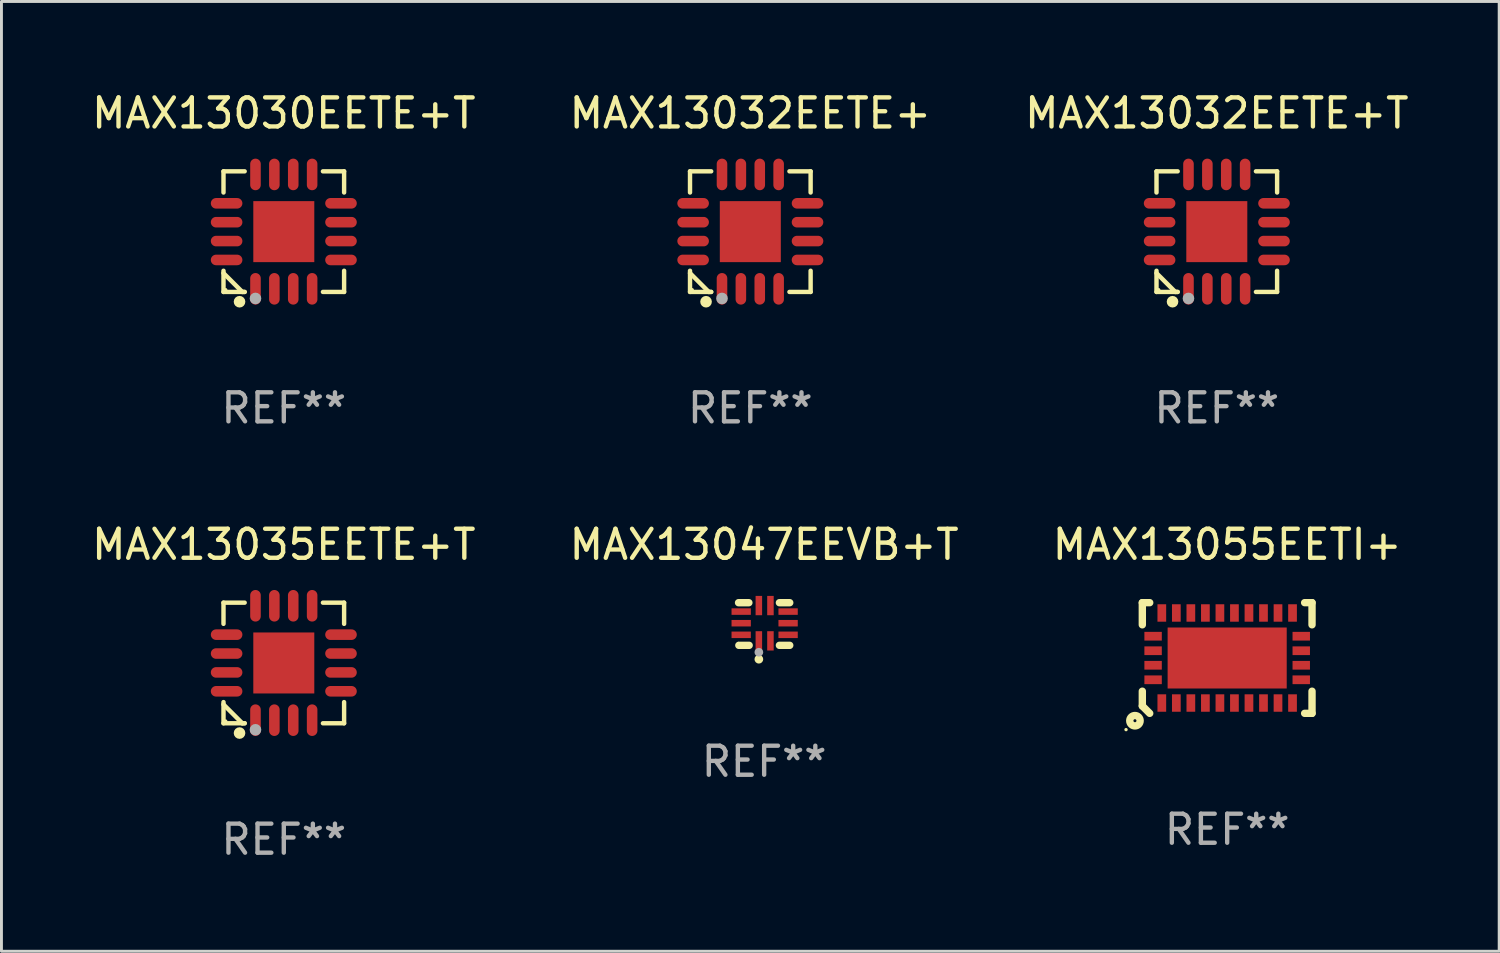
<source format=kicad_pcb>
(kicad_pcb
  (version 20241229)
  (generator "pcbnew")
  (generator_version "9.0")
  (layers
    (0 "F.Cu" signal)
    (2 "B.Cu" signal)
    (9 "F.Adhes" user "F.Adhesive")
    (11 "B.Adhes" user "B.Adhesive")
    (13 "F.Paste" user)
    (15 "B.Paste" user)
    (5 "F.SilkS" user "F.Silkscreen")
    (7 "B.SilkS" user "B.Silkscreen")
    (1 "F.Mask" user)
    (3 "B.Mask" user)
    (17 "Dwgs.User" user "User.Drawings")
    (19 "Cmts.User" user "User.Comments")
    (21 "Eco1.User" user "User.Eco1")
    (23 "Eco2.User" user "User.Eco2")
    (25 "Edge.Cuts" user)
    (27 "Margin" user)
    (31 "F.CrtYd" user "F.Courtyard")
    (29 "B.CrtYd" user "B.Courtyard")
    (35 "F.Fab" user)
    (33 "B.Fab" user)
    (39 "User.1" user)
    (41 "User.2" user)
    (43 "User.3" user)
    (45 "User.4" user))
  (footprint "MAX13032EETE+"
    (layer "F.Cu")
    (at 22.78 4.924)
    (property "Reference" "MAX13032EETE+" (at 0 -4.076 0) (layer "F.SilkS") (effects (font (size 1 1) (thickness 0.15))))
    (attr through_hole)
    (fp_line (start -2.076 -2.076) (end -1.347 -2.076) (stroke (width 0.152) (type solid)) (layer "F.SilkS"))
    (fp_line (start -2.076 -1.347) (end -2.076 -2.076) (stroke (width 0.152) (type solid)) (layer "F.SilkS"))
    (fp_line (start -2.076 1.347) (end -2.076 2.076) (stroke (width 0.152) (type solid)) (layer "F.SilkS"))
    (fp_line (start -2.076 2.076) (end -1.347 2.076) (stroke (width 0.152) (type solid)) (layer "F.SilkS"))
    (fp_line (start -1.429 2.076) (end -2.076 1.429) (stroke (width 0.152) (type solid)) (layer "F.SilkS"))
    (fp_line (start -1.347 2.076) (end -1.429 2.076) (stroke (width 0.152) (type solid)) (layer "F.SilkS"))
    (fp_line (start 2.076 -2.076) (end 1.347 -2.076) (stroke (width 0.152) (type solid)) (layer "F.SilkS"))
    (fp_line (start 2.076 -1.347) (end 2.076 -2.076) (stroke (width 0.152) (type solid)) (layer "F.SilkS"))
    (fp_line (start 2.076 1.347) (end 2.076 2.076) (stroke (width 0.152) (type solid)) (layer "F.SilkS"))
    (fp_line (start 2.076 2.076) (end 1.347 2.076) (stroke (width 0.152) (type solid)) (layer "F.SilkS"))
    (fp_circle (center -2 2) (end -1.97 2) (stroke (width 0.06) (type solid)) (fill no) (layer "F.SilkS"))
    (fp_circle (center -1.524 2.413) (end -1.424 2.413) (stroke (width 0.2) (type solid)) (fill no) (layer "F.SilkS"))
    (fp_circle (center -0.975 2.3) (end -0.875 2.3) (stroke (width 0.2) (type solid)) (fill no) (layer "F.Fab"))
    (fp_text user "REF**" (at 0 6.076 0) (layer "F.Fab") (effects (font (size 1 1) (thickness 0.15))))
    (pad "1" smd oval (at -0.975 1.969) (size 0.364 1.087) (layers "F.Cu" "F.Mask" "F.Paste"))
    (pad "2" smd oval (at -0.325 1.969) (size 0.364 1.087) (layers "F.Cu" "F.Mask" "F.Paste"))
    (pad "3" smd oval (at 0.325 1.969) (size 0.364 1.087) (layers "F.Cu" "F.Mask" "F.Paste"))
    (pad "4" smd oval (at 0.975 1.969) (size 0.364 1.087) (layers "F.Cu" "F.Mask" "F.Paste"))
    (pad "5" smd oval (at 1.969 0.975) (size 1.087 0.364) (layers "F.Cu" "F.Mask" "F.Paste"))
    (pad "6" smd oval (at 1.969 0.325) (size 1.087 0.364) (layers "F.Cu" "F.Mask" "F.Paste"))
    (pad "7" smd oval (at 1.969 -0.325) (size 1.087 0.364) (layers "F.Cu" "F.Mask" "F.Paste"))
    (pad "8" smd oval (at 1.969 -0.975) (size 1.087 0.364) (layers "F.Cu" "F.Mask" "F.Paste"))
    (pad "9" smd oval (at 0.975 -1.969) (size 0.364 1.087) (layers "F.Cu" "F.Mask" "F.Paste"))
    (pad "10" smd oval (at 0.325 -1.969) (size 0.364 1.087) (layers "F.Cu" "F.Mask" "F.Paste"))
    (pad "11" smd oval (at -0.325 -1.969) (size 0.364 1.087) (layers "F.Cu" "F.Mask" "F.Paste"))
    (pad "12" smd oval (at -0.975 -1.969) (size 0.364 1.087) (layers "F.Cu" "F.Mask" "F.Paste"))
    (pad "13" smd oval (at -1.969 -0.975) (size 1.087 0.364) (layers "F.Cu" "F.Mask" "F.Paste"))
    (pad "14" smd oval (at -1.969 -0.325) (size 1.087 0.364) (layers "F.Cu" "F.Mask" "F.Paste"))
    (pad "15" smd oval (at -1.969 0.325) (size 1.087 0.364) (layers "F.Cu" "F.Mask" "F.Paste"))
    (pad "16" smd oval (at -1.969 0.975) (size 1.087 0.364) (layers "F.Cu" "F.Mask" "F.Paste"))
    (pad "17" smd rect (at 0 0) (size 2.1 2.1) (layers "F.Cu" "F.Mask" "F.Paste")))
  (footprint "MAX13055EETI+"
    (layer "F.Cu")
    (at 39.196 19.602)
    (property "Reference" "MAX13055EETI+" (at 0 -3.905 0) (layer "F.SilkS") (effects (font (size 1 1) (thickness 0.15))))
    (attr through_hole)
    (fp_line (start -2.921 -1.905) (end -2.667 -1.905) (stroke (width 0.254) (type solid)) (layer "F.SilkS"))
    (fp_line (start -2.921 -1.143) (end -2.921 -1.905) (stroke (width 0.254) (type solid)) (layer "F.SilkS"))
    (fp_line (start -2.921 1.143) (end -2.921 1.651) (stroke (width 0.254) (type solid)) (layer "F.SilkS"))
    (fp_line (start -2.921 1.651) (end -2.667 1.905) (stroke (width 0.254) (type solid)) (layer "F.SilkS"))
    (fp_line (start 2.667 -1.905) (end 2.921 -1.905) (stroke (width 0.254) (type solid)) (layer "F.SilkS"))
    (fp_line (start 2.921 -1.905) (end 2.921 -1.143) (stroke (width 0.254) (type solid)) (layer "F.SilkS"))
    (fp_line (start 2.921 1.143) (end 2.921 1.905) (stroke (width 0.254) (type solid)) (layer "F.SilkS"))
    (fp_line (start 2.921 1.905) (end 2.667 1.905) (stroke (width 0.254) (type solid)) (layer "F.SilkS"))
    (fp_circle (center -3.482 2.466) (end -3.452 2.466) (stroke (width 0.06) (type solid)) (fill no) (layer "F.SilkS"))
    (fp_circle (center -3.175 2.159) (end -2.996 2.159) (stroke (width 0.254) (type solid)) (fill no) (layer "F.SilkS"))
    (fp_text user "REF**" (at 0 5.905 0) (layer "F.Fab") (effects (font (size 1 1) (thickness 0.15))))
    (pad "1" smd rect (at -2.25 1.55) (size 0.3 0.6) (layers "F.Cu" "F.Mask" "F.Paste"))
    (pad "2" smd rect (at -1.75 1.55) (size 0.3 0.6) (layers "F.Cu" "F.Mask" "F.Paste"))
    (pad "3" smd rect (at -1.25 1.55) (size 0.3 0.6) (layers "F.Cu" "F.Mask" "F.Paste"))
    (pad "4" smd rect (at -0.75 1.55) (size 0.3 0.6) (layers "F.Cu" "F.Mask" "F.Paste"))
    (pad "5" smd rect (at -0.25 1.55) (size 0.3 0.6) (layers "F.Cu" "F.Mask" "F.Paste"))
    (pad "6" smd rect (at 0.25 1.55) (size 0.3 0.6) (layers "F.Cu" "F.Mask" "F.Paste"))
    (pad "7" smd rect (at 0.75 1.55) (size 0.3 0.6) (layers "F.Cu" "F.Mask" "F.Paste"))
    (pad "8" smd rect (at 1.25 1.55) (size 0.3 0.6) (layers "F.Cu" "F.Mask" "F.Paste"))
    (pad "9" smd rect (at 1.75 1.55) (size 0.3 0.6) (layers "F.Cu" "F.Mask" "F.Paste"))
    (pad "10" smd rect (at 2.25 1.55) (size 0.3 0.6) (layers "F.Cu" "F.Mask" "F.Paste"))
    (pad "11" smd rect (at 2.55 0.75 90) (size 0.3 0.6) (layers "F.Cu" "F.Mask" "F.Paste"))
    (pad "12" smd rect (at 2.55 0.25 90) (size 0.3 0.6) (layers "F.Cu" "F.Mask" "F.Paste"))
    (pad "13" smd rect (at 2.55 -0.25 90) (size 0.3 0.6) (layers "F.Cu" "F.Mask" "F.Paste"))
    (pad "14" smd rect (at 2.55 -0.75 90) (size 0.3 0.6) (layers "F.Cu" "F.Mask" "F.Paste"))
    (pad "15" smd rect (at 2.25 -1.55) (size 0.3 0.6) (layers "F.Cu" "F.Mask" "F.Paste"))
    (pad "16" smd rect (at 1.75 -1.55) (size 0.3 0.6) (layers "F.Cu" "F.Mask" "F.Paste"))
    (pad "17" smd rect (at 1.25 -1.55) (size 0.3 0.6) (layers "F.Cu" "F.Mask" "F.Paste"))
    (pad "18" smd rect (at 0.75 -1.55) (size 0.3 0.6) (layers "F.Cu" "F.Mask" "F.Paste"))
    (pad "19" smd rect (at 0.25 -1.55) (size 0.3 0.6) (layers "F.Cu" "F.Mask" "F.Paste"))
    (pad "20" smd rect (at -0.25 -1.55) (size 0.3 0.6) (layers "F.Cu" "F.Mask" "F.Paste"))
    (pad "21" smd rect (at -0.75 -1.55) (size 0.3 0.6) (layers "F.Cu" "F.Mask" "F.Paste"))
    (pad "22" smd rect (at -1.25 -1.55) (size 0.3 0.6) (layers "F.Cu" "F.Mask" "F.Paste"))
    (pad "23" smd rect (at -1.75 -1.55) (size 0.3 0.6) (layers "F.Cu" "F.Mask" "F.Paste"))
    (pad "24" smd rect (at -2.25 -1.55) (size 0.3 0.6) (layers "F.Cu" "F.Mask" "F.Paste"))
    (pad "25" smd rect (at -2.55 -0.75 270) (size 0.3 0.6) (layers "F.Cu" "F.Mask" "F.Paste"))
    (pad "26" smd rect (at -2.55 -0.25 270) (size 0.3 0.6) (layers "F.Cu" "F.Mask" "F.Paste"))
    (pad "27" smd rect (at -2.55 0.25 270) (size 0.3 0.6) (layers "F.Cu" "F.Mask" "F.Paste"))
    (pad "28" smd rect (at -2.55 0.75 270) (size 0.3 0.6) (layers "F.Cu" "F.Mask" "F.Paste"))
    (pad "29" smd rect (at -0.000076 0.000102 270) (size 2.1 4.1) (layers "F.Cu" "F.Mask" "F.Paste")))
  (footprint "MAX13030EETE+T"
    (layer "F.Cu")
    (at 6.72 4.924)
    (property "Reference" "MAX13030EETE+T" (at 0 -4.076 0) (layer "F.SilkS") (effects (font (size 1 1) (thickness 0.15))))
    (attr through_hole)
    (fp_line (start -2.076 -2.076) (end -1.347 -2.076) (stroke (width 0.152) (type solid)) (layer "F.SilkS"))
    (fp_line (start -2.076 -1.347) (end -2.076 -2.076) (stroke (width 0.152) (type solid)) (layer "F.SilkS"))
    (fp_line (start -2.076 1.347) (end -2.076 2.076) (stroke (width 0.152) (type solid)) (layer "F.SilkS"))
    (fp_line (start -2.076 2.076) (end -1.347 2.076) (stroke (width 0.152) (type solid)) (layer "F.SilkS"))
    (fp_line (start -1.429 2.076) (end -2.076 1.429) (stroke (width 0.152) (type solid)) (layer "F.SilkS"))
    (fp_line (start -1.347 2.076) (end -1.429 2.076) (stroke (width 0.152) (type solid)) (layer "F.SilkS"))
    (fp_line (start 2.076 -2.076) (end 1.347 -2.076) (stroke (width 0.152) (type solid)) (layer "F.SilkS"))
    (fp_line (start 2.076 -1.347) (end 2.076 -2.076) (stroke (width 0.152) (type solid)) (layer "F.SilkS"))
    (fp_line (start 2.076 1.347) (end 2.076 2.076) (stroke (width 0.152) (type solid)) (layer "F.SilkS"))
    (fp_line (start 2.076 2.076) (end 1.347 2.076) (stroke (width 0.152) (type solid)) (layer "F.SilkS"))
    (fp_circle (center -2 2) (end -1.97 2) (stroke (width 0.06) (type solid)) (fill no) (layer "F.SilkS"))
    (fp_circle (center -1.524 2.413) (end -1.424 2.413) (stroke (width 0.2) (type solid)) (fill no) (layer "F.SilkS"))
    (fp_circle (center -0.975 2.3) (end -0.875 2.3) (stroke (width 0.2) (type solid)) (fill no) (layer "F.Fab"))
    (fp_text user "REF**" (at 0 6.076 0) (layer "F.Fab") (effects (font (size 1 1) (thickness 0.15))))
    (pad "1" smd oval (at -0.975 1.969) (size 0.364 1.087) (layers "F.Cu" "F.Mask" "F.Paste"))
    (pad "2" smd oval (at -0.325 1.969) (size 0.364 1.087) (layers "F.Cu" "F.Mask" "F.Paste"))
    (pad "3" smd oval (at 0.325 1.969) (size 0.364 1.087) (layers "F.Cu" "F.Mask" "F.Paste"))
    (pad "4" smd oval (at 0.975 1.969) (size 0.364 1.087) (layers "F.Cu" "F.Mask" "F.Paste"))
    (pad "5" smd oval (at 1.969 0.975) (size 1.087 0.364) (layers "F.Cu" "F.Mask" "F.Paste"))
    (pad "6" smd oval (at 1.969 0.325) (size 1.087 0.364) (layers "F.Cu" "F.Mask" "F.Paste"))
    (pad "7" smd oval (at 1.969 -0.325) (size 1.087 0.364) (layers "F.Cu" "F.Mask" "F.Paste"))
    (pad "8" smd oval (at 1.969 -0.975) (size 1.087 0.364) (layers "F.Cu" "F.Mask" "F.Paste"))
    (pad "9" smd oval (at 0.975 -1.969) (size 0.364 1.087) (layers "F.Cu" "F.Mask" "F.Paste"))
    (pad "10" smd oval (at 0.325 -1.969) (size 0.364 1.087) (layers "F.Cu" "F.Mask" "F.Paste"))
    (pad "11" smd oval (at -0.325 -1.969) (size 0.364 1.087) (layers "F.Cu" "F.Mask" "F.Paste"))
    (pad "12" smd oval (at -0.975 -1.969) (size 0.364 1.087) (layers "F.Cu" "F.Mask" "F.Paste"))
    (pad "13" smd oval (at -1.969 -0.975) (size 1.087 0.364) (layers "F.Cu" "F.Mask" "F.Paste"))
    (pad "14" smd oval (at -1.969 -0.325) (size 1.087 0.364) (layers "F.Cu" "F.Mask" "F.Paste"))
    (pad "15" smd oval (at -1.969 0.325) (size 1.087 0.364) (layers "F.Cu" "F.Mask" "F.Paste"))
    (pad "16" smd oval (at -1.969 0.975) (size 1.087 0.364) (layers "F.Cu" "F.Mask" "F.Paste"))
    (pad "17" smd rect (at 0 0) (size 2.1 2.1) (layers "F.Cu" "F.Mask" "F.Paste")))
  (footprint "MAX13035EETE+T"
    (layer "F.Cu")
    (at 6.72 19.773)
    (property "Reference" "MAX13035EETE+T" (at 0 -4.076 0) (layer "F.SilkS") (effects (font (size 1 1) (thickness 0.15))))
    (attr through_hole)
    (fp_line (start -2.076 -2.076) (end -1.347 -2.076) (stroke (width 0.152) (type solid)) (layer "F.SilkS"))
    (fp_line (start -2.076 -1.347) (end -2.076 -2.076) (stroke (width 0.152) (type solid)) (layer "F.SilkS"))
    (fp_line (start -2.076 1.347) (end -2.076 2.076) (stroke (width 0.152) (type solid)) (layer "F.SilkS"))
    (fp_line (start -2.076 2.076) (end -1.347 2.076) (stroke (width 0.152) (type solid)) (layer "F.SilkS"))
    (fp_line (start -1.429 2.076) (end -2.076 1.429) (stroke (width 0.152) (type solid)) (layer "F.SilkS"))
    (fp_line (start -1.347 2.076) (end -1.429 2.076) (stroke (width 0.152) (type solid)) (layer "F.SilkS"))
    (fp_line (start 2.076 -2.076) (end 1.347 -2.076) (stroke (width 0.152) (type solid)) (layer "F.SilkS"))
    (fp_line (start 2.076 -1.347) (end 2.076 -2.076) (stroke (width 0.152) (type solid)) (layer "F.SilkS"))
    (fp_line (start 2.076 1.347) (end 2.076 2.076) (stroke (width 0.152) (type solid)) (layer "F.SilkS"))
    (fp_line (start 2.076 2.076) (end 1.347 2.076) (stroke (width 0.152) (type solid)) (layer "F.SilkS"))
    (fp_circle (center -2 2) (end -1.97 2) (stroke (width 0.06) (type solid)) (fill no) (layer "F.SilkS"))
    (fp_circle (center -1.524 2.413) (end -1.424 2.413) (stroke (width 0.2) (type solid)) (fill no) (layer "F.SilkS"))
    (fp_circle (center -0.975 2.3) (end -0.875 2.3) (stroke (width 0.2) (type solid)) (fill no) (layer "F.Fab"))
    (fp_text user "REF**" (at 0 6.076 0) (layer "F.Fab") (effects (font (size 1 1) (thickness 0.15))))
    (pad "1" smd oval (at -0.975 1.969) (size 0.364 1.087) (layers "F.Cu" "F.Mask" "F.Paste"))
    (pad "2" smd oval (at -0.325 1.969) (size 0.364 1.087) (layers "F.Cu" "F.Mask" "F.Paste"))
    (pad "3" smd oval (at 0.325 1.969) (size 0.364 1.087) (layers "F.Cu" "F.Mask" "F.Paste"))
    (pad "4" smd oval (at 0.975 1.969) (size 0.364 1.087) (layers "F.Cu" "F.Mask" "F.Paste"))
    (pad "5" smd oval (at 1.969 0.975) (size 1.087 0.364) (layers "F.Cu" "F.Mask" "F.Paste"))
    (pad "6" smd oval (at 1.969 0.325) (size 1.087 0.364) (layers "F.Cu" "F.Mask" "F.Paste"))
    (pad "7" smd oval (at 1.969 -0.325) (size 1.087 0.364) (layers "F.Cu" "F.Mask" "F.Paste"))
    (pad "8" smd oval (at 1.969 -0.975) (size 1.087 0.364) (layers "F.Cu" "F.Mask" "F.Paste"))
    (pad "9" smd oval (at 0.975 -1.969) (size 0.364 1.087) (layers "F.Cu" "F.Mask" "F.Paste"))
    (pad "10" smd oval (at 0.325 -1.969) (size 0.364 1.087) (layers "F.Cu" "F.Mask" "F.Paste"))
    (pad "11" smd oval (at -0.325 -1.969) (size 0.364 1.087) (layers "F.Cu" "F.Mask" "F.Paste"))
    (pad "12" smd oval (at -0.975 -1.969) (size 0.364 1.087) (layers "F.Cu" "F.Mask" "F.Paste"))
    (pad "13" smd oval (at -1.969 -0.975) (size 1.087 0.364) (layers "F.Cu" "F.Mask" "F.Paste"))
    (pad "14" smd oval (at -1.969 -0.325) (size 1.087 0.364) (layers "F.Cu" "F.Mask" "F.Paste"))
    (pad "15" smd oval (at -1.969 0.325) (size 1.087 0.364) (layers "F.Cu" "F.Mask" "F.Paste"))
    (pad "16" smd oval (at -1.969 0.975) (size 1.087 0.364) (layers "F.Cu" "F.Mask" "F.Paste"))
    (pad "17" smd rect (at 0 0) (size 2.1 2.1) (layers "F.Cu" "F.Mask" "F.Paste")))
  (footprint "MAX13032EETE+T"
    (layer "F.Cu")
    (at 38.839 4.924)
    (property "Reference" "MAX13032EETE+T" (at 0 -4.076 0) (layer "F.SilkS") (effects (font (size 1 1) (thickness 0.15))))
    (attr through_hole)
    (fp_line (start -2.076 -2.076) (end -1.347 -2.076) (stroke (width 0.152) (type solid)) (layer "F.SilkS"))
    (fp_line (start -2.076 -1.347) (end -2.076 -2.076) (stroke (width 0.152) (type solid)) (layer "F.SilkS"))
    (fp_line (start -2.076 1.347) (end -2.076 2.076) (stroke (width 0.152) (type solid)) (layer "F.SilkS"))
    (fp_line (start -2.076 2.076) (end -1.347 2.076) (stroke (width 0.152) (type solid)) (layer "F.SilkS"))
    (fp_line (start -1.429 2.076) (end -2.076 1.429) (stroke (width 0.152) (type solid)) (layer "F.SilkS"))
    (fp_line (start -1.347 2.076) (end -1.429 2.076) (stroke (width 0.152) (type solid)) (layer "F.SilkS"))
    (fp_line (start 2.076 -2.076) (end 1.347 -2.076) (stroke (width 0.152) (type solid)) (layer "F.SilkS"))
    (fp_line (start 2.076 -1.347) (end 2.076 -2.076) (stroke (width 0.152) (type solid)) (layer "F.SilkS"))
    (fp_line (start 2.076 1.347) (end 2.076 2.076) (stroke (width 0.152) (type solid)) (layer "F.SilkS"))
    (fp_line (start 2.076 2.076) (end 1.347 2.076) (stroke (width 0.152) (type solid)) (layer "F.SilkS"))
    (fp_circle (center -2 2) (end -1.97 2) (stroke (width 0.06) (type solid)) (fill no) (layer "F.SilkS"))
    (fp_circle (center -1.524 2.413) (end -1.424 2.413) (stroke (width 0.2) (type solid)) (fill no) (layer "F.SilkS"))
    (fp_circle (center -0.975 2.3) (end -0.875 2.3) (stroke (width 0.2) (type solid)) (fill no) (layer "F.Fab"))
    (fp_text user "REF**" (at 0 6.076 0) (layer "F.Fab") (effects (font (size 1 1) (thickness 0.15))))
    (pad "1" smd oval (at -0.975 1.969) (size 0.364 1.087) (layers "F.Cu" "F.Mask" "F.Paste"))
    (pad "2" smd oval (at -0.325 1.969) (size 0.364 1.087) (layers "F.Cu" "F.Mask" "F.Paste"))
    (pad "3" smd oval (at 0.325 1.969) (size 0.364 1.087) (layers "F.Cu" "F.Mask" "F.Paste"))
    (pad "4" smd oval (at 0.975 1.969) (size 0.364 1.087) (layers "F.Cu" "F.Mask" "F.Paste"))
    (pad "5" smd oval (at 1.969 0.975) (size 1.087 0.364) (layers "F.Cu" "F.Mask" "F.Paste"))
    (pad "6" smd oval (at 1.969 0.325) (size 1.087 0.364) (layers "F.Cu" "F.Mask" "F.Paste"))
    (pad "7" smd oval (at 1.969 -0.325) (size 1.087 0.364) (layers "F.Cu" "F.Mask" "F.Paste"))
    (pad "8" smd oval (at 1.969 -0.975) (size 1.087 0.364) (layers "F.Cu" "F.Mask" "F.Paste"))
    (pad "9" smd oval (at 0.975 -1.969) (size 0.364 1.087) (layers "F.Cu" "F.Mask" "F.Paste"))
    (pad "10" smd oval (at 0.325 -1.969) (size 0.364 1.087) (layers "F.Cu" "F.Mask" "F.Paste"))
    (pad "11" smd oval (at -0.325 -1.969) (size 0.364 1.087) (layers "F.Cu" "F.Mask" "F.Paste"))
    (pad "12" smd oval (at -0.975 -1.969) (size 0.364 1.087) (layers "F.Cu" "F.Mask" "F.Paste"))
    (pad "13" smd oval (at -1.969 -0.975) (size 1.087 0.364) (layers "F.Cu" "F.Mask" "F.Paste"))
    (pad "14" smd oval (at -1.969 -0.325) (size 1.087 0.364) (layers "F.Cu" "F.Mask" "F.Paste"))
    (pad "15" smd oval (at -1.969 0.325) (size 1.087 0.364) (layers "F.Cu" "F.Mask" "F.Paste"))
    (pad "16" smd oval (at -1.969 0.975) (size 1.087 0.364) (layers "F.Cu" "F.Mask" "F.Paste"))
    (pad "17" smd rect (at 0 0) (size 2.1 2.1) (layers "F.Cu" "F.Mask" "F.Paste")))
  (footprint "MAX13047EEVB+T"
    (layer "F.Cu")
    (at 23.256 18.432)
    (property "Reference" "MAX13047EEVB+T" (at 0 -2.734 0) (layer "F.SilkS") (effects (font (size 1 1) (thickness 0.15))))
    (attr through_hole)
    (fp_line (start -0.881 -0.734) (end -0.526 -0.734) (stroke (width 0.254) (type solid)) (layer "F.SilkS"))
    (fp_line (start -0.871 0.734) (end -0.516 0.734) (stroke (width 0.254) (type solid)) (layer "F.SilkS"))
    (fp_line (start 0.526 -0.734) (end 0.881 -0.734) (stroke (width 0.254) (type solid)) (layer "F.SilkS"))
    (fp_line (start 0.526 0.734) (end 0.881 0.734) (stroke (width 0.254) (type solid)) (layer "F.SilkS"))
    (fp_circle (center -0.882 0.672) (end -0.852 0.672) (stroke (width 0.06) (type solid)) (fill no) (layer "F.SilkS"))
    (fp_circle (center -0.182 1.212) (end -0.107 1.212) (stroke (width 0.15) (type solid)) (fill no) (layer "F.SilkS"))
    (fp_circle (center -0.182 0.972) (end -0.107 0.972) (stroke (width 0.15) (type solid)) (fill no) (layer "F.Fab"))
    (fp_text user "REF**" (at 0 4.734 0) (layer "F.Fab") (effects (font (size 1 1) (thickness 0.15))))
    (pad "1" smd rect (at -0.182 0.58) (size 0.224 0.665) (layers "F.Cu" "F.Mask" "F.Paste"))
    (pad "2" smd rect (at 0.217 0.58) (size 0.224 0.665) (layers "F.Cu" "F.Mask" "F.Paste"))
    (pad "3" smd rect (at 0.825 0.372) (size 0.665 0.224) (layers "F.Cu" "F.Mask" "F.Paste"))
    (pad "4" smd rect (at 0.825 -0.028) (size 0.665 0.224) (layers "F.Cu" "F.Mask" "F.Paste"))
    (pad "5" smd rect (at 0.825 -0.428) (size 0.665 0.224) (layers "F.Cu" "F.Mask" "F.Paste"))
    (pad "6" smd rect (at 0.217 -0.635) (size 0.224 0.665) (layers "F.Cu" "F.Mask" "F.Paste"))
    (pad "7" smd rect (at -0.182 -0.635) (size 0.224 0.665) (layers "F.Cu" "F.Mask" "F.Paste"))
    (pad "8" smd rect (at -0.79 -0.428) (size 0.665 0.224) (layers "F.Cu" "F.Mask" "F.Paste"))
    (pad "9" smd rect (at -0.79 -0.028) (size 0.665 0.224) (layers "F.Cu" "F.Mask" "F.Paste"))
    (pad "10" smd rect (at -0.79 0.372) (size 0.665 0.224) (layers "F.Cu" "F.Mask" "F.Paste")))
  (gr_rect
    (start -3 -3)
    (end 48.56 29.698)
    (stroke (width 0.1) (type default))
    (fill no)
    (layer "Edge.Cuts")))
</source>
